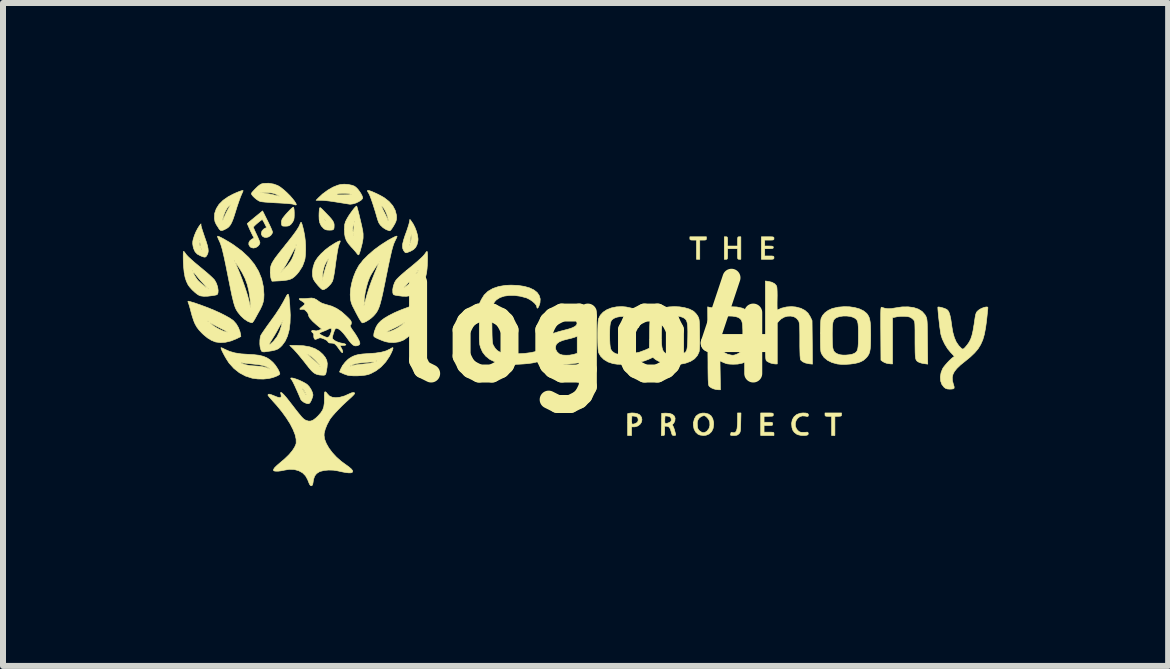
<source format=kicad_pcb>
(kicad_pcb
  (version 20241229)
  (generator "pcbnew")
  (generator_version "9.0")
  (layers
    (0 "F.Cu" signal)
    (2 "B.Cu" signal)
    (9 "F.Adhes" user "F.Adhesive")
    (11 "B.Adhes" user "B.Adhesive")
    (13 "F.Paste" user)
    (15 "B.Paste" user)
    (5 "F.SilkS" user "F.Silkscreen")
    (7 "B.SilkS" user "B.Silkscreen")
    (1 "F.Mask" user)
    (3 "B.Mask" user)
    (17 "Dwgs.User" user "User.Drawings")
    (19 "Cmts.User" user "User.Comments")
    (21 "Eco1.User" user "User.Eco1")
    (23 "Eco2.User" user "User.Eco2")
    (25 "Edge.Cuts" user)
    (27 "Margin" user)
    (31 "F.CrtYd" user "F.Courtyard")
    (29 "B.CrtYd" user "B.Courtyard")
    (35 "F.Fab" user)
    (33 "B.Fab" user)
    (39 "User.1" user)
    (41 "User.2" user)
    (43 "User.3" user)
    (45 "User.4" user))
  (footprint "logo4"
    (layer "F.Cu")
    (at 6.751 2.488)
    (property "Reference" "logo4" (at 0 0 0) (layer "F.SilkS") (effects (font (size 1.524 1.524) (thickness 0.3))))
    (attr through_hole)
    (fp_poly (pts (xy 1.977 -1.563) (xy 1.975 -1.546) (xy 1.966 -1.538) (xy 1.944 -1.535) (xy 1.922 -1.535) (xy 1.866 -1.535) (xy 1.866 -1.215) (xy 1.811 -1.215) (xy 1.811 -1.535) (xy 1.756 -1.535) (xy 1.723 -1.536) (xy 1.707 -1.541) (xy 1.701 -1.552) (xy 1.701 -1.563) (xy 1.701 -1.59) (xy 1.977 -1.59) (xy 1.977 -1.563)) (stroke (width 0.01) (type solid)) (fill yes) (layer "F.SilkS"))
    (fp_poly (pts (xy 4.23 1.375) (xy 4.228 1.391) (xy 4.219 1.399) (xy 4.197 1.402) (xy 4.174 1.403) (xy 4.119 1.403) (xy 4.119 1.723) (xy 4.064 1.723) (xy 4.064 1.403) (xy 4.009 1.403) (xy 3.976 1.402) (xy 3.96 1.397) (xy 3.954 1.386) (xy 3.954 1.375) (xy 3.954 1.347) (xy 4.23 1.347) (xy 4.23 1.375)) (stroke (width 0.01) (type solid)) (fill yes) (layer "F.SilkS"))
    (fp_poly (pts (xy 2.549 1.507) (xy 2.547 1.569) (xy 2.546 1.614) (xy 2.543 1.645) (xy 2.538 1.665) (xy 2.531 1.68) (xy 2.521 1.692) (xy 2.519 1.694) (xy 2.498 1.712) (xy 2.475 1.72) (xy 2.439 1.723) (xy 2.432 1.723) (xy 2.397 1.722) (xy 2.381 1.718) (xy 2.377 1.71) (xy 2.379 1.705) (xy 2.385 1.684) (xy 2.385 1.677) (xy 2.394 1.671) (xy 2.407 1.673) (xy 2.438 1.678) (xy 2.461 1.668) (xy 2.478 1.644) (xy 2.489 1.602) (xy 2.494 1.541) (xy 2.496 1.473) (xy 2.496 1.347) (xy 2.553 1.347) (xy 2.549 1.507)) (stroke (width 0.01) (type solid)) (fill yes) (layer "F.SilkS"))
    (fp_poly (pts (xy -4.908 -2.085) (xy -4.902 -2.068) (xy -4.897 -2.035) (xy -4.895 -1.993) (xy -4.895 -1.948) (xy -4.897 -1.908) (xy -4.902 -1.877) (xy -4.903 -1.873) (xy -4.92 -1.838) (xy -4.945 -1.805) (xy -4.949 -1.8) (xy -4.973 -1.78) (xy -4.997 -1.77) (xy -5.031 -1.767) (xy -5.042 -1.767) (xy -5.076 -1.768) (xy -5.095 -1.772) (xy -5.103 -1.783) (xy -5.108 -1.804) (xy -5.108 -1.848) (xy -5.099 -1.879) (xy -5.086 -1.901) (xy -5.063 -1.931) (xy -5.034 -1.966) (xy -5.001 -2.002) (xy -4.969 -2.036) (xy -4.941 -2.063) (xy -4.919 -2.081) (xy -4.908 -2.085) (xy -4.908 -2.085)) (stroke (width 0.01) (type solid)) (fill yes) (layer "F.SilkS"))
    (fp_poly (pts (xy 2.317 -1.589) (xy 2.325 -1.583) (xy 2.329 -1.566) (xy 2.33 -1.534) (xy 2.33 -1.513) (xy 2.33 -1.436) (xy 2.496 -1.436) (xy 2.496 -1.513) (xy 2.496 -1.553) (xy 2.499 -1.576) (xy 2.505 -1.587) (xy 2.516 -1.59) (xy 2.523 -1.59) (xy 2.551 -1.59) (xy 2.551 -1.215) (xy 2.523 -1.215) (xy 2.51 -1.216) (xy 2.502 -1.222) (xy 2.497 -1.237) (xy 2.496 -1.266) (xy 2.496 -1.303) (xy 2.496 -1.391) (xy 2.33 -1.391) (xy 2.33 -1.303) (xy 2.33 -1.259) (xy 2.328 -1.233) (xy 2.323 -1.22) (xy 2.314 -1.215) (xy 2.303 -1.215) (xy 2.275 -1.215) (xy 2.275 -1.59) (xy 2.303 -1.59) (xy 2.317 -1.589)) (stroke (width 0.01) (type solid)) (fill yes) (layer "F.SilkS"))
    (fp_poly (pts (xy 0.783 1.35) (xy 0.828 1.36) (xy 0.862 1.376) (xy 0.866 1.38) (xy 0.894 1.418) (xy 0.902 1.459) (xy 0.894 1.5) (xy 0.87 1.536) (xy 0.834 1.564) (xy 0.788 1.578) (xy 0.768 1.579) (xy 0.729 1.579) (xy 0.729 1.723) (xy 0.663 1.723) (xy 0.663 1.507) (xy 0.73 1.507) (xy 0.736 1.529) (xy 0.75 1.535) (xy 0.776 1.529) (xy 0.791 1.523) (xy 0.823 1.506) (xy 0.837 1.482) (xy 0.839 1.456) (xy 0.832 1.426) (xy 0.81 1.408) (xy 0.772 1.4) (xy 0.734 1.397) (xy 0.731 1.466) (xy 0.73 1.507) (xy 0.663 1.507) (xy 0.663 1.359) (xy 0.691 1.352) (xy 0.735 1.347) (xy 0.783 1.35)) (stroke (width 0.01) (type solid)) (fill yes) (layer "F.SilkS"))
    (fp_poly (pts (xy 3.036 1.347) (xy 3.067 1.349) (xy 3.083 1.352) (xy 3.091 1.359) (xy 3.092 1.37) (xy 3.092 1.375) (xy 3.091 1.389) (xy 3.084 1.398) (xy 3.068 1.401) (xy 3.035 1.402) (xy 3.015 1.403) (xy 2.938 1.403) (xy 2.938 1.502) (xy 3.009 1.502) (xy 3.048 1.502) (xy 3.069 1.505) (xy 3.079 1.512) (xy 3.081 1.525) (xy 3.081 1.53) (xy 3.08 1.544) (xy 3.073 1.553) (xy 3.055 1.556) (xy 3.021 1.557) (xy 3.009 1.557) (xy 2.938 1.557) (xy 2.938 1.668) (xy 3.02 1.668) (xy 3.063 1.668) (xy 3.087 1.67) (xy 3.099 1.675) (xy 3.103 1.685) (xy 3.103 1.695) (xy 3.103 1.723) (xy 2.882 1.723) (xy 2.882 1.347) (xy 2.987 1.347) (xy 3.036 1.347)) (stroke (width 0.01) (type solid)) (fill yes) (layer "F.SilkS"))
    (fp_poly (pts (xy 3.047 -1.59) (xy 3.078 -1.589) (xy 3.094 -1.585) (xy 3.102 -1.578) (xy 3.103 -1.567) (xy 3.103 -1.563) (xy 3.102 -1.548) (xy 3.095 -1.54) (xy 3.079 -1.536) (xy 3.047 -1.535) (xy 3.026 -1.535) (xy 2.949 -1.535) (xy 2.949 -1.436) (xy 3.02 -1.436) (xy 3.059 -1.435) (xy 3.081 -1.432) (xy 3.09 -1.425) (xy 3.092 -1.414) (xy 3.09 -1.402) (xy 3.08 -1.395) (xy 3.057 -1.392) (xy 3.02 -1.391) (xy 2.949 -1.391) (xy 2.949 -1.27) (xy 3.026 -1.27) (xy 3.066 -1.27) (xy 3.089 -1.267) (xy 3.1 -1.261) (xy 3.103 -1.25) (xy 3.103 -1.242) (xy 3.102 -1.23) (xy 3.098 -1.222) (xy 3.084 -1.217) (xy 3.058 -1.215) (xy 3.016 -1.215) (xy 2.998 -1.215) (xy 2.893 -1.215) (xy 2.893 -1.59) (xy 2.998 -1.59) (xy 3.047 -1.59)) (stroke (width 0.01) (type solid)) (fill yes) (layer "F.SilkS"))
    (fp_poly (pts (xy 3.634 1.349) (xy 3.663 1.356) (xy 3.676 1.369) (xy 3.677 1.38) (xy 3.675 1.399) (xy 3.662 1.406) (xy 3.636 1.402) (xy 3.625 1.399) (xy 3.575 1.396) (xy 3.532 1.41) (xy 3.496 1.438) (xy 3.471 1.477) (xy 3.459 1.521) (xy 3.46 1.568) (xy 3.479 1.613) (xy 3.499 1.638) (xy 3.525 1.66) (xy 3.551 1.669) (xy 3.586 1.671) (xy 3.621 1.67) (xy 3.648 1.668) (xy 3.655 1.666) (xy 3.669 1.671) (xy 3.675 1.687) (xy 3.672 1.705) (xy 3.665 1.713) (xy 3.638 1.721) (xy 3.599 1.723) (xy 3.555 1.721) (xy 3.514 1.713) (xy 3.484 1.702) (xy 3.484 1.702) (xy 3.442 1.67) (xy 3.417 1.634) (xy 3.403 1.59) (xy 3.397 1.521) (xy 3.409 1.46) (xy 3.439 1.41) (xy 3.483 1.373) (xy 3.541 1.352) (xy 3.587 1.347) (xy 3.634 1.349)) (stroke (width 0.01) (type solid)) (fill yes) (layer "F.SilkS"))
    (fp_poly (pts (xy -4.457 -2.074) (xy -4.442 -2.061) (xy -4.417 -2.037) (xy -4.381 -2) (xy -4.359 -1.977) (xy -4.31 -1.926) (xy -4.275 -1.886) (xy -4.252 -1.854) (xy -4.238 -1.827) (xy -4.231 -1.802) (xy -4.23 -1.773) (xy -4.23 -1.773) (xy -4.232 -1.735) (xy -4.241 -1.713) (xy -4.262 -1.703) (xy -4.299 -1.701) (xy -4.307 -1.701) (xy -4.348 -1.703) (xy -4.377 -1.71) (xy -4.402 -1.726) (xy -4.407 -1.731) (xy -4.445 -1.772) (xy -4.469 -1.822) (xy -4.476 -1.861) (xy -4.384 -1.861) (xy -4.379 -1.855) (xy -4.373 -1.861) (xy -4.379 -1.866) (xy -4.384 -1.861) (xy -4.476 -1.861) (xy -4.48 -1.883) (xy -4.395 -1.883) (xy -4.39 -1.877) (xy -4.384 -1.883) (xy -4.39 -1.888) (xy -4.395 -1.883) (xy -4.48 -1.883) (xy -4.48 -1.885) (xy -4.482 -1.938) (xy -4.481 -1.985) (xy -4.478 -2.027) (xy -4.475 -2.056) (xy -4.474 -2.058) (xy -4.471 -2.07) (xy -4.466 -2.076) (xy -4.457 -2.074)) (stroke (width 0.01) (type solid)) (fill yes) (layer "F.SilkS"))
    (fp_poly (pts (xy 2.009 1.364) (xy 2.053 1.394) (xy 2.082 1.441) (xy 2.097 1.504) (xy 2.098 1.538) (xy 2.089 1.603) (xy 2.064 1.657) (xy 2.024 1.696) (xy 1.972 1.718) (xy 1.928 1.723) (xy 1.868 1.715) (xy 1.835 1.7) (xy 1.797 1.665) (xy 1.771 1.615) (xy 1.759 1.556) (xy 1.759 1.516) (xy 1.761 1.51) (xy 1.824 1.51) (xy 1.825 1.55) (xy 1.829 1.59) (xy 1.838 1.616) (xy 1.854 1.637) (xy 1.865 1.647) (xy 1.903 1.672) (xy 1.939 1.676) (xy 1.977 1.658) (xy 1.988 1.648) (xy 2.02 1.606) (xy 2.035 1.553) (xy 2.032 1.494) (xy 2.031 1.494) (xy 2.018 1.461) (xy 1.995 1.43) (xy 1.968 1.404) (xy 1.943 1.392) (xy 1.939 1.391) (xy 1.897 1.402) (xy 1.86 1.429) (xy 1.844 1.449) (xy 1.83 1.477) (xy 1.824 1.51) (xy 1.761 1.51) (xy 1.775 1.45) (xy 1.804 1.399) (xy 1.848 1.366) (xy 1.904 1.35) (xy 1.951 1.35) (xy 2.009 1.364)) (stroke (width 0.01) (type solid)) (fill yes) (layer "F.SilkS"))
    (fp_poly (pts (xy -4.905 0.769) (xy -4.867 0.781) (xy -4.823 0.797) (xy -4.778 0.817) (xy -4.736 0.838) (xy -4.699 0.859) (xy -4.678 0.874) (xy -4.646 0.908) (xy -4.617 0.952) (xy -4.595 0.999) (xy -4.584 1.04) (xy -4.583 1.049) (xy -4.588 1.074) (xy -4.6 1.11) (xy -4.61 1.135) (xy -4.627 1.168) (xy -4.642 1.186) (xy -4.658 1.192) (xy -4.668 1.193) (xy -4.697 1.186) (xy -4.731 1.171) (xy -4.739 1.166) (xy -4.765 1.146) (xy -4.782 1.128) (xy -4.785 1.124) (xy -4.809 1.067) (xy -4.835 1.007) (xy -4.861 0.949) (xy -4.868 0.934) (xy -4.765 0.934) (xy -4.757 0.951) (xy -4.751 0.961) (xy -4.731 0.992) (xy -4.715 1.02) (xy -4.713 1.024) (xy -4.702 1.041) (xy -4.696 1.044) (xy -4.698 1.033) (xy -4.709 1.009) (xy -4.72 0.989) (xy -4.739 0.959) (xy -4.756 0.938) (xy -4.762 0.932) (xy -4.765 0.934) (xy -4.868 0.934) (xy -4.885 0.896) (xy -4.906 0.852) (xy -4.922 0.821) (xy -4.93 0.806) (xy -4.947 0.784) (xy -4.953 0.774) (xy -4.952 0.765) (xy -4.935 0.763) (xy -4.905 0.769)) (stroke (width 0.01) (type solid)) (fill yes) (layer "F.SilkS"))
    (fp_poly (pts (xy -3.993 -2.462) (xy -3.928 -2.448) (xy -3.892 -2.434) (xy -3.866 -2.415) (xy -3.836 -2.385) (xy -3.807 -2.347) (xy -3.782 -2.308) (xy -3.763 -2.271) (xy -3.754 -2.242) (xy -3.756 -2.228) (xy -3.779 -2.202) (xy -3.818 -2.177) (xy -3.865 -2.154) (xy -3.914 -2.139) (xy -3.959 -2.133) (xy -3.965 -2.133) (xy -3.981 -2.135) (xy -4.014 -2.14) (xy -4.062 -2.148) (xy -4.12 -2.157) (xy -4.169 -2.165) (xy -4.239 -2.176) (xy -4.308 -2.186) (xy -4.371 -2.193) (xy -4.422 -2.197) (xy -4.444 -2.198) (xy -4.531 -2.199) (xy -4.488 -2.243) (xy -4.432 -2.295) (xy -4.202 -2.295) (xy -4.198 -2.292) (xy -4.179 -2.29) (xy -4.143 -2.29) (xy -4.089 -2.29) (xy -4.071 -2.29) (xy -4.012 -2.291) (xy -3.969 -2.292) (xy -3.945 -2.295) (xy -3.942 -2.299) (xy -3.943 -2.299) (xy -3.985 -2.309) (xy -4.038 -2.314) (xy -4.096 -2.315) (xy -4.147 -2.311) (xy -4.174 -2.305) (xy -4.193 -2.299) (xy -4.202 -2.295) (xy -4.432 -2.295) (xy -4.415 -2.31) (xy -4.334 -2.369) (xy -4.251 -2.417) (xy -4.17 -2.45) (xy -4.124 -2.462) (xy -4.062 -2.467) (xy -3.993 -2.462)) (stroke (width 0.01) (type solid)) (fill yes) (layer "F.SilkS"))
    (fp_poly (pts (xy -2.946 -1.854) (xy -2.912 -1.804) (xy -2.881 -1.742) (xy -2.856 -1.676) (xy -2.839 -1.612) (xy -2.831 -1.554) (xy -2.833 -1.522) (xy -2.848 -1.459) (xy -2.872 -1.412) (xy -2.907 -1.377) (xy -2.959 -1.348) (xy -2.976 -1.342) (xy -3.01 -1.328) (xy -3.03 -1.324) (xy -3.043 -1.327) (xy -3.052 -1.335) (xy -3.074 -1.365) (xy -3.087 -1.398) (xy -3.091 -1.435) (xy -3.088 -1.458) (xy -2.982 -1.458) (xy -2.978 -1.449) (xy -2.974 -1.45) (xy -2.973 -1.463) (xy -2.974 -1.465) (xy -2.981 -1.464) (xy -2.982 -1.458) (xy -3.088 -1.458) (xy -3.086 -1.481) (xy -3.083 -1.49) (xy -2.967 -1.49) (xy -2.963 -1.489) (xy -2.959 -1.495) (xy -2.951 -1.516) (xy -2.945 -1.552) (xy -2.942 -1.583) (xy -2.94 -1.619) (xy -2.94 -1.635) (xy -2.942 -1.631) (xy -2.947 -1.609) (xy -2.949 -1.601) (xy -2.96 -1.545) (xy -2.966 -1.509) (xy -2.967 -1.49) (xy -3.083 -1.49) (xy -3.071 -1.539) (xy -3.047 -1.613) (xy -3.037 -1.64) (xy -3.016 -1.698) (xy -2.998 -1.753) (xy -2.984 -1.798) (xy -2.976 -1.83) (xy -2.974 -1.836) (xy -2.967 -1.881) (xy -2.946 -1.854)) (stroke (width 0.01) (type solid)) (fill yes) (layer "F.SilkS"))
    (fp_poly (pts (xy 1.36 1.354) (xy 1.408 1.37) (xy 1.44 1.397) (xy 1.455 1.433) (xy 1.451 1.477) (xy 1.443 1.497) (xy 1.428 1.522) (xy 1.415 1.534) (xy 1.412 1.535) (xy 1.408 1.542) (xy 1.417 1.561) (xy 1.43 1.588) (xy 1.443 1.624) (xy 1.446 1.635) (xy 1.455 1.67) (xy 1.463 1.697) (xy 1.465 1.703) (xy 1.464 1.717) (xy 1.448 1.722) (xy 1.437 1.723) (xy 1.418 1.721) (xy 1.406 1.712) (xy 1.398 1.691) (xy 1.391 1.665) (xy 1.376 1.615) (xy 1.356 1.584) (xy 1.329 1.57) (xy 1.312 1.568) (xy 1.281 1.568) (xy 1.281 1.645) (xy 1.281 1.686) (xy 1.278 1.709) (xy 1.272 1.72) (xy 1.261 1.723) (xy 1.253 1.723) (xy 1.225 1.723) (xy 1.229 1.5) (xy 1.283 1.5) (xy 1.289 1.52) (xy 1.307 1.524) (xy 1.339 1.514) (xy 1.353 1.508) (xy 1.38 1.494) (xy 1.39 1.475) (xy 1.391 1.46) (xy 1.384 1.426) (xy 1.359 1.406) (xy 1.323 1.399) (xy 1.287 1.397) (xy 1.283 1.46) (xy 1.283 1.5) (xy 1.229 1.5) (xy 1.231 1.353) (xy 1.298 1.35) (xy 1.36 1.354)) (stroke (width 0.01) (type solid)) (fill yes) (layer "F.SilkS"))
    (fp_poly (pts (xy -6.45 -1.781) (xy -6.446 -1.762) (xy -6.436 -1.727) (xy -6.421 -1.68) (xy -6.402 -1.624) (xy -6.389 -1.585) (xy -6.361 -1.505) (xy -6.342 -1.441) (xy -6.332 -1.392) (xy -6.329 -1.352) (xy -6.334 -1.32) (xy -6.346 -1.291) (xy -6.35 -1.284) (xy -6.364 -1.262) (xy -6.379 -1.252) (xy -6.399 -1.252) (xy -6.429 -1.261) (xy -6.46 -1.274) (xy -6.512 -1.302) (xy -6.548 -1.34) (xy -6.569 -1.386) (xy -6.449 -1.386) (xy -6.444 -1.38) (xy -6.438 -1.386) (xy -6.444 -1.391) (xy -6.449 -1.386) (xy -6.569 -1.386) (xy -6.572 -1.392) (xy -6.582 -1.431) (xy -6.588 -1.473) (xy -6.587 -1.512) (xy -6.583 -1.532) (xy -6.481 -1.532) (xy -6.48 -1.508) (xy -6.475 -1.477) (xy -6.469 -1.445) (xy -6.462 -1.419) (xy -6.455 -1.406) (xy -6.454 -1.406) (xy -6.454 -1.418) (xy -6.457 -1.445) (xy -6.464 -1.483) (xy -6.465 -1.486) (xy -6.472 -1.519) (xy -6.478 -1.536) (xy -6.481 -1.535) (xy -6.481 -1.532) (xy -6.583 -1.532) (xy -6.577 -1.557) (xy -6.559 -1.613) (xy -6.534 -1.673) (xy -6.505 -1.729) (xy -6.477 -1.773) (xy -6.473 -1.778) (xy -6.45 -1.806) (xy -6.45 -1.781)) (stroke (width 0.01) (type solid)) (fill yes) (layer "F.SilkS"))
    (fp_poly (pts (xy -5.748 -2.361) (xy -5.75 -2.35) (xy -5.761 -2.325) (xy -5.776 -2.291) (xy -5.79 -2.258) (xy -5.808 -2.209) (xy -5.829 -2.149) (xy -5.851 -2.084) (xy -5.865 -2.038) (xy -5.892 -1.952) (xy -5.915 -1.884) (xy -5.936 -1.833) (xy -5.956 -1.794) (xy -5.977 -1.766) (xy -5.999 -1.744) (xy -6.022 -1.729) (xy -6.068 -1.705) (xy -6.101 -1.694) (xy -6.125 -1.697) (xy -6.142 -1.713) (xy -6.147 -1.719) (xy -6.165 -1.749) (xy -6.188 -1.784) (xy -6.194 -1.793) (xy -6.216 -1.84) (xy -6.219 -1.856) (xy -6.095 -1.856) (xy -6.092 -1.855) (xy -6.082 -1.874) (xy -6.065 -1.914) (xy -6.064 -1.916) (xy -6.041 -1.968) (xy -6.013 -2.025) (xy -5.991 -2.065) (xy -5.971 -2.101) (xy -5.962 -2.12) (xy -5.963 -2.124) (xy -5.973 -2.116) (xy -5.98 -2.109) (xy -6.013 -2.068) (xy -6.045 -2.011) (xy -6.072 -1.942) (xy -6.078 -1.922) (xy -6.09 -1.879) (xy -6.095 -1.856) (xy -6.219 -1.856) (xy -6.226 -1.899) (xy -6.226 -1.901) (xy -6.222 -1.981) (xy -6.195 -2.058) (xy -6.149 -2.131) (xy -6.082 -2.198) (xy -5.995 -2.259) (xy -5.915 -2.301) (xy -5.862 -2.325) (xy -5.815 -2.344) (xy -5.778 -2.357) (xy -5.754 -2.362) (xy -5.748 -2.361)) (stroke (width 0.01) (type solid)) (fill yes) (layer "F.SilkS"))
    (fp_poly (pts (xy -4.857 0.221) (xy -4.737 0.227) (xy -4.635 0.245) (xy -4.548 0.276) (xy -4.474 0.32) (xy -4.418 0.371) (xy -4.377 0.423) (xy -4.353 0.471) (xy -4.344 0.523) (xy -4.348 0.585) (xy -4.351 0.602) (xy -4.36 0.653) (xy -4.367 0.687) (xy -4.375 0.706) (xy -4.387 0.715) (xy -4.406 0.718) (xy -4.432 0.717) (xy -4.474 0.714) (xy -4.514 0.705) (xy -4.528 0.7) (xy -4.55 0.69) (xy -4.57 0.676) (xy -4.592 0.658) (xy -4.617 0.632) (xy -4.648 0.596) (xy -4.669 0.569) (xy -4.473 0.569) (xy -4.467 0.574) (xy -4.462 0.569) (xy -4.467 0.563) (xy -4.473 0.569) (xy -4.669 0.569) (xy -4.687 0.547) (xy -4.73 0.491) (xy -4.774 0.437) (xy -4.818 0.383) (xy -4.836 0.362) (xy -4.688 0.362) (xy -4.638 0.404) (xy -4.602 0.436) (xy -4.561 0.473) (xy -4.533 0.499) (xy -4.499 0.531) (xy -4.479 0.548) (xy -4.474 0.55) (xy -4.482 0.536) (xy -4.484 0.533) (xy -4.519 0.492) (xy -4.56 0.45) (xy -4.601 0.414) (xy -4.636 0.389) (xy -4.644 0.384) (xy -4.688 0.362) (xy -4.836 0.362) (xy -4.86 0.335) (xy -4.894 0.297) (xy -4.906 0.284) (xy -4.97 0.221) (xy -4.857 0.221)) (stroke (width 0.01) (type solid)) (fill yes) (layer "F.SilkS"))
    (fp_poly (pts (xy -5.238 -2.469) (xy -5.169 -2.444) (xy -5.125 -2.417) (xy -5.074 -2.377) (xy -5.019 -2.328) (xy -4.965 -2.274) (xy -4.918 -2.219) (xy -4.893 -2.187) (xy -4.869 -2.15) (xy -4.86 -2.128) (xy -4.867 -2.12) (xy -4.891 -2.124) (xy -4.914 -2.133) (xy -4.933 -2.137) (xy -4.971 -2.141) (xy -5.023 -2.146) (xy -5.086 -2.15) (xy -5.156 -2.154) (xy -5.179 -2.155) (xy -5.253 -2.159) (xy -5.321 -2.164) (xy -5.38 -2.168) (xy -5.427 -2.173) (xy -5.456 -2.177) (xy -5.461 -2.178) (xy -5.49 -2.191) (xy -5.524 -2.214) (xy -5.558 -2.242) (xy -5.587 -2.271) (xy -5.606 -2.297) (xy -5.61 -2.31) (xy -5.603 -2.325) (xy -5.599 -2.329) (xy -5.472 -2.329) (xy -5.389 -2.318) (xy -5.334 -2.309) (xy -5.273 -2.297) (xy -5.229 -2.287) (xy -5.18 -2.274) (xy -5.152 -2.268) (xy -5.143 -2.268) (xy -5.153 -2.276) (xy -5.182 -2.29) (xy -5.19 -2.295) (xy -5.224 -2.309) (xy -5.256 -2.318) (xy -5.295 -2.323) (xy -5.346 -2.326) (xy -5.362 -2.326) (xy -5.472 -2.329) (xy -5.599 -2.329) (xy -5.582 -2.35) (xy -5.553 -2.381) (xy -5.535 -2.399) (xy -5.497 -2.435) (xy -5.468 -2.457) (xy -5.443 -2.471) (xy -5.417 -2.478) (xy -5.407 -2.48) (xy -5.323 -2.483) (xy -5.238 -2.469)) (stroke (width 0.01) (type solid)) (fill yes) (layer "F.SilkS"))
    (fp_poly (pts (xy -5.34 -1.856) (xy -5.312 -1.799) (xy -5.288 -1.748) (xy -5.27 -1.706) (xy -5.259 -1.677) (xy -5.257 -1.667) (xy -5.264 -1.645) (xy -5.283 -1.618) (xy -5.289 -1.611) (xy -5.324 -1.588) (xy -5.362 -1.578) (xy -5.397 -1.583) (xy -5.426 -1.6) (xy -5.442 -1.628) (xy -5.444 -1.644) (xy -5.434 -1.686) (xy -5.404 -1.719) (xy -5.389 -1.728) (xy -5.356 -1.745) (xy -5.389 -1.811) (xy -5.407 -1.845) (xy -5.421 -1.868) (xy -5.428 -1.877) (xy -5.441 -1.871) (xy -5.465 -1.853) (xy -5.495 -1.829) (xy -5.526 -1.803) (xy -5.553 -1.778) (xy -5.571 -1.759) (xy -5.577 -1.751) (xy -5.572 -1.737) (xy -5.56 -1.707) (xy -5.542 -1.667) (xy -5.522 -1.625) (xy -5.5 -1.577) (xy -5.482 -1.535) (xy -5.47 -1.504) (xy -5.467 -1.489) (xy -5.474 -1.467) (xy -5.492 -1.442) (xy -5.499 -1.435) (xy -5.536 -1.41) (xy -5.577 -1.402) (xy -5.615 -1.412) (xy -5.632 -1.425) (xy -5.652 -1.457) (xy -5.652 -1.492) (xy -5.633 -1.526) (xy -5.599 -1.552) (xy -5.566 -1.569) (xy -5.598 -1.632) (xy -5.62 -1.678) (xy -5.643 -1.727) (xy -5.654 -1.753) (xy -5.679 -1.81) (xy -5.647 -1.837) (xy -5.626 -1.855) (xy -5.592 -1.883) (xy -5.552 -1.916) (xy -5.519 -1.943) (xy -5.423 -2.022) (xy -5.34 -1.856)) (stroke (width 0.01) (type solid)) (fill yes) (layer "F.SilkS"))
    (fp_poly (pts (xy -4.129 -1.521) (xy -4.129 -1.508) (xy -4.139 -1.484) (xy -4.14 -1.482) (xy -4.149 -1.461) (xy -4.158 -1.43) (xy -4.167 -1.389) (xy -4.177 -1.334) (xy -4.188 -1.264) (xy -4.201 -1.176) (xy -4.215 -1.069) (xy -4.218 -1.047) (xy -4.227 -0.986) (xy -4.237 -0.931) (xy -4.247 -0.885) (xy -4.255 -0.854) (xy -4.258 -0.848) (xy -4.285 -0.805) (xy -4.321 -0.766) (xy -4.359 -0.733) (xy -4.396 -0.712) (xy -4.42 -0.707) (xy -4.434 -0.715) (xy -4.458 -0.735) (xy -4.487 -0.765) (xy -4.499 -0.778) (xy -4.53 -0.816) (xy -4.557 -0.853) (xy -4.559 -0.856) (xy -4.429 -0.856) (xy -4.408 -0.95) (xy -4.393 -1.008) (xy -4.374 -1.074) (xy -4.354 -1.132) (xy -4.353 -1.135) (xy -4.339 -1.175) (xy -4.328 -1.206) (xy -4.323 -1.224) (xy -4.323 -1.226) (xy -4.33 -1.218) (xy -4.345 -1.196) (xy -4.353 -1.184) (xy -4.392 -1.106) (xy -4.416 -1.011) (xy -4.423 -0.944) (xy -4.429 -0.856) (xy -4.559 -0.856) (xy -4.575 -0.883) (xy -4.578 -0.888) (xy -4.591 -0.943) (xy -4.592 -1.009) (xy -4.581 -1.081) (xy -4.559 -1.151) (xy -4.545 -1.182) (xy -4.506 -1.241) (xy -4.451 -1.304) (xy -4.383 -1.368) (xy -4.305 -1.428) (xy -4.223 -1.48) (xy -4.215 -1.485) (xy -4.17 -1.509) (xy -4.142 -1.521) (xy -4.129 -1.521)) (stroke (width 0.01) (type solid)) (fill yes) (layer "F.SilkS"))
    (fp_poly (pts (xy -3.639 -2.358) (xy -3.602 -2.345) (xy -3.556 -2.325) (xy -3.506 -2.302) (xy -3.457 -2.277) (xy -3.413 -2.252) (xy -3.394 -2.241) (xy -3.314 -2.178) (xy -3.253 -2.108) (xy -3.212 -2.031) (xy -3.191 -1.95) (xy -3.189 -1.914) (xy -3.191 -1.882) (xy -3.198 -1.852) (xy -3.213 -1.817) (xy -3.237 -1.774) (xy -3.261 -1.736) (xy -3.282 -1.707) (xy -3.298 -1.692) (xy -3.302 -1.69) (xy -3.322 -1.695) (xy -3.352 -1.706) (xy -3.363 -1.71) (xy -3.414 -1.742) (xy -3.459 -1.785) (xy -3.484 -1.822) (xy -3.494 -1.846) (xy -3.507 -1.884) (xy -3.52 -1.928) (xy -3.522 -1.936) (xy -3.545 -2.014) (xy -3.569 -2.09) (xy -3.572 -2.101) (xy -3.44 -2.101) (xy -3.433 -2.082) (xy -3.417 -2.048) (xy -3.396 -2.005) (xy -3.372 -1.957) (xy -3.353 -1.915) (xy -3.34 -1.884) (xy -3.335 -1.868) (xy -3.332 -1.857) (xy -3.329 -1.858) (xy -3.328 -1.871) (xy -3.332 -1.898) (xy -3.335 -1.912) (xy -3.354 -1.968) (xy -3.378 -2.023) (xy -3.405 -2.069) (xy -3.429 -2.098) (xy -3.439 -2.105) (xy -3.44 -2.101) (xy -3.572 -2.101) (xy -3.592 -2.161) (xy -3.614 -2.224) (xy -3.633 -2.274) (xy -3.649 -2.308) (xy -3.655 -2.319) (xy -3.672 -2.345) (xy -3.676 -2.359) (xy -3.667 -2.363) (xy -3.662 -2.363) (xy -3.639 -2.358)) (stroke (width 0.01) (type solid)) (fill yes) (layer "F.SilkS"))
    (fp_poly (pts (xy -6.654 -0.515) (xy -6.626 -0.508) (xy -6.586 -0.496) (xy -6.552 -0.486) (xy -6.436 -0.445) (xy -6.324 -0.403) (xy -6.218 -0.359) (xy -6.121 -0.315) (xy -6.037 -0.272) (xy -5.967 -0.232) (xy -5.915 -0.196) (xy -5.906 -0.188) (xy -5.863 -0.139) (xy -5.826 -0.077) (xy -5.8 -0.009) (xy -5.792 0.028) (xy -5.785 0.073) (xy -5.855 0.108) (xy -5.948 0.146) (xy -6.04 0.168) (xy -6.127 0.174) (xy -6.204 0.164) (xy -6.214 0.161) (xy -6.278 0.135) (xy -6.341 0.096) (xy -6.408 0.041) (xy -6.437 0.013) (xy -6.481 -0.034) (xy -6.517 -0.081) (xy -6.547 -0.133) (xy -6.557 -0.156) (xy -6.298 -0.156) (xy -6.294 -0.15) (xy -6.278 -0.135) (xy -6.251 -0.113) (xy -6.225 -0.094) (xy -6.182 -0.068) (xy -6.133 -0.043) (xy -6.085 -0.021) (xy -6.043 -0.006) (xy -6.014 -0.000424) (xy -6.013 -0.00042) (xy -6.013 -0.005) (xy -6.031 -0.016) (xy -6.062 -0.034) (xy -6.102 -0.053) (xy -6.153 -0.079) (xy -6.202 -0.104) (xy -6.243 -0.127) (xy -6.262 -0.138) (xy -6.288 -0.153) (xy -6.298 -0.156) (xy -6.557 -0.156) (xy -6.568 -0.182) (xy -6.339 -0.182) (xy -6.333 -0.177) (xy -6.328 -0.182) (xy -6.333 -0.188) (xy -6.339 -0.182) (xy -6.568 -0.182) (xy -6.573 -0.195) (xy -6.598 -0.271) (xy -6.616 -0.337) (xy -6.63 -0.39) (xy -6.643 -0.436) (xy -6.654 -0.471) (xy -6.661 -0.489) (xy -6.661 -0.49) (xy -6.668 -0.508) (xy -6.666 -0.516) (xy -6.654 -0.515)) (stroke (width 0.01) (type solid)) (fill yes) (layer "F.SilkS"))
    (fp_poly (pts (xy -3.25 0.258) (xy -3.249 0.273) (xy -3.259 0.304) (xy -3.278 0.347) (xy -3.305 0.399) (xy -3.308 0.404) (xy -3.37 0.496) (xy -3.445 0.577) (xy -3.53 0.643) (xy -3.622 0.692) (xy -3.664 0.707) (xy -3.712 0.717) (xy -3.774 0.724) (xy -3.842 0.728) (xy -3.909 0.728) (xy -3.968 0.724) (xy -4.003 0.719) (xy -4.033 0.709) (xy -4.072 0.695) (xy -4.088 0.687) (xy -4.14 0.664) (xy -4.123 0.621) (xy -4.094 0.566) (xy -3.962 0.566) (xy -3.958 0.568) (xy -3.934 0.562) (xy -3.918 0.557) (xy -3.887 0.549) (xy -3.842 0.541) (xy -3.787 0.535) (xy -3.744 0.531) (xy -3.68 0.525) (xy -3.627 0.517) (xy -3.588 0.508) (xy -3.578 0.504) (xy -3.539 0.486) (xy -3.578 0.492) (xy -3.605 0.495) (xy -3.648 0.5) (xy -3.699 0.504) (xy -3.74 0.508) (xy -3.824 0.517) (xy -3.886 0.53) (xy -3.914 0.54) (xy -3.948 0.556) (xy -3.962 0.566) (xy -4.094 0.566) (xy -4.092 0.561) (xy -4.047 0.502) (xy -4.025 0.48) (xy -3.534 0.48) (xy -3.528 0.486) (xy -3.523 0.48) (xy -3.528 0.475) (xy -3.534 0.48) (xy -4.025 0.48) (xy -3.995 0.451) (xy -3.971 0.434) (xy -3.926 0.407) (xy -3.878 0.387) (xy -3.823 0.373) (xy -3.755 0.364) (xy -3.671 0.358) (xy -3.657 0.357) (xy -3.541 0.349) (xy -3.443 0.334) (xy -3.363 0.312) (xy -3.302 0.283) (xy -3.298 0.281) (xy -3.272 0.265) (xy -3.254 0.258) (xy -3.25 0.258)) (stroke (width 0.01) (type solid)) (fill yes) (layer "F.SilkS"))
    (fp_poly (pts (xy -2.696 -0.51) (xy -2.698 -0.5) (xy -2.703 -0.482) (xy -2.712 -0.448) (xy -2.725 -0.402) (xy -2.739 -0.348) (xy -2.743 -0.332) (xy -2.761 -0.271) (xy -2.781 -0.212) (xy -2.8 -0.16) (xy -2.817 -0.122) (xy -2.818 -0.119) (xy -2.85 -0.071) (xy -2.896 -0.017) (xy -2.95 0.037) (xy -3.007 0.086) (xy -3.06 0.124) (xy -3.086 0.138) (xy -3.154 0.162) (xy -3.233 0.173) (xy -3.313 0.17) (xy -3.368 0.16) (xy -3.412 0.146) (xy -3.46 0.127) (xy -3.504 0.108) (xy -3.541 0.09) (xy -3.564 0.075) (xy -3.566 0.072) (xy -3.57 0.053) (xy -3.566 0.019) (xy -3.561 -0.001) (xy -3.352 -0.001) (xy -3.337 -0.002) (xy -3.301 -0.012) (xy -3.283 -0.018) (xy -3.228 -0.041) (xy -3.166 -0.075) (xy -3.107 -0.115) (xy -3.07 -0.144) (xy -3.054 -0.158) (xy -3.051 -0.163) (xy -3.063 -0.157) (xy -3.092 -0.141) (xy -3.109 -0.131) (xy -3.157 -0.103) (xy -3.215 -0.073) (xy -3.271 -0.047) (xy -3.28 -0.042) (xy -3.324 -0.022) (xy -3.348 -0.007) (xy -3.352 -0.001) (xy -3.561 -0.001) (xy -3.554 -0.024) (xy -3.537 -0.07) (xy -3.524 -0.098) (xy -3.494 -0.144) (xy -3.451 -0.188) (xy -3.393 -0.232) (xy -3.319 -0.276) (xy -3.227 -0.323) (xy -3.174 -0.346) (xy -3.139 -0.361) (xy -3.092 -0.38) (xy -3.035 -0.401) (xy -2.973 -0.424) (xy -2.91 -0.448) (xy -2.848 -0.47) (xy -2.793 -0.489) (xy -2.747 -0.505) (xy -2.714 -0.515) (xy -2.698 -0.519) (xy -2.698 -0.519) (xy -2.696 -0.51)) (stroke (width 0.01) (type solid)) (fill yes) (layer "F.SilkS"))
    (fp_poly (pts (xy 5.433 -0.41) (xy 5.511 -0.384) (xy 5.574 -0.344) (xy 5.62 -0.292) (xy 5.633 -0.269) (xy 5.641 -0.254) (xy 5.646 -0.239) (xy 5.651 -0.222) (xy 5.654 -0.201) (xy 5.657 -0.172) (xy 5.659 -0.134) (xy 5.66 -0.083) (xy 5.661 -0.017) (xy 5.662 0.066) (xy 5.663 0.159) (xy 5.667 0.533) (xy 5.609 0.525) (xy 5.569 0.518) (xy 5.533 0.507) (xy 5.521 0.502) (xy 5.502 0.492) (xy 5.488 0.481) (xy 5.477 0.468) (xy 5.468 0.448) (xy 5.463 0.421) (xy 5.459 0.382) (xy 5.457 0.331) (xy 5.456 0.263) (xy 5.455 0.178) (xy 5.455 0.132) (xy 5.455 0.041) (xy 5.455 -0.029) (xy 5.454 -0.083) (xy 5.453 -0.123) (xy 5.451 -0.152) (xy 5.448 -0.172) (xy 5.443 -0.186) (xy 5.437 -0.196) (xy 5.432 -0.204) (xy 5.404 -0.23) (xy 5.371 -0.25) (xy 5.332 -0.26) (xy 5.279 -0.264) (xy 5.219 -0.264) (xy 5.16 -0.258) (xy 5.136 -0.253) (xy 5.08 -0.241) (xy 5.08 0.53) (xy 5.05 0.529) (xy 5.017 0.525) (xy 4.982 0.519) (xy 4.946 0.506) (xy 4.916 0.489) (xy 4.887 0.467) (xy 4.884 0.022) (xy 4.883 -0.088) (xy 4.883 -0.179) (xy 4.883 -0.251) (xy 4.883 -0.308) (xy 4.884 -0.35) (xy 4.885 -0.38) (xy 4.888 -0.399) (xy 4.89 -0.41) (xy 4.894 -0.415) (xy 4.898 -0.415) (xy 4.9 -0.415) (xy 4.953 -0.398) (xy 5.004 -0.391) (xy 5.06 -0.393) (xy 5.126 -0.404) (xy 5.239 -0.421) (xy 5.342 -0.422) (xy 5.433 -0.41)) (stroke (width 0.01) (type solid)) (fill yes) (layer "F.SilkS"))
    (fp_poly (pts (xy -4.989 -0.618) (xy -4.982 -0.584) (xy -4.977 -0.531) (xy -4.97 -0.457) (xy -4.969 -0.437) (xy -4.961 -0.285) (xy -4.965 -0.152) (xy -4.98 -0.035) (xy -5.008 0.066) (xy -5.047 0.151) (xy -5.099 0.222) (xy -5.099 0.222) (xy -5.134 0.256) (xy -5.169 0.281) (xy -5.212 0.298) (xy -5.268 0.311) (xy -5.301 0.316) (xy -5.356 0.324) (xy -5.394 0.329) (xy -5.418 0.328) (xy -5.433 0.323) (xy -5.443 0.311) (xy -5.452 0.292) (xy -5.452 0.29) (xy -5.464 0.247) (xy -5.469 0.2) (xy -5.312 0.2) (xy -5.31 0.208) (xy -5.293 0.199) (xy -5.263 0.172) (xy -5.239 0.149) (xy -5.183 0.077) (xy -5.138 -0.013) (xy -5.112 -0.093) (xy -5.103 -0.131) (xy -5.096 -0.16) (xy -5.094 -0.173) (xy -5.095 -0.173) (xy -5.1 -0.165) (xy -5.115 -0.141) (xy -5.135 -0.105) (xy -5.158 -0.064) (xy -5.189 -0.007) (xy -5.224 0.053) (xy -5.258 0.108) (xy -5.274 0.134) (xy -5.3 0.176) (xy -5.312 0.2) (xy -5.469 0.2) (xy -5.469 0.192) (xy -5.468 0.134) (xy -5.461 0.082) (xy -5.453 0.055) (xy -5.441 0.035) (xy -5.419 0.001) (xy -5.387 -0.045) (xy -5.349 -0.1) (xy -5.306 -0.159) (xy -5.285 -0.188) (xy -5.281 -0.193) (xy -5.091 -0.193) (xy -5.086 -0.188) (xy -5.08 -0.193) (xy -5.086 -0.199) (xy -5.091 -0.193) (xy -5.281 -0.193) (xy -5.205 -0.3) (xy -5.138 -0.402) (xy -5.085 -0.492) (xy -5.067 -0.525) (xy -5.041 -0.575) (xy -5.022 -0.61) (xy -5.007 -0.63) (xy -4.996 -0.633) (xy -4.989 -0.618)) (stroke (width 0.01) (type solid)) (fill yes) (layer "F.SilkS"))
    (fp_poly (pts (xy 3.011 -0.846) (xy 3.069 -0.832) (xy 3.115 -0.807) (xy 3.144 -0.774) (xy 3.145 -0.772) (xy 3.151 -0.754) (xy 3.154 -0.723) (xy 3.156 -0.677) (xy 3.157 -0.612) (xy 3.156 -0.555) (xy 3.155 -0.493) (xy 3.155 -0.44) (xy 3.156 -0.399) (xy 3.157 -0.374) (xy 3.158 -0.368) (xy 3.229 -0.4) (xy 3.311 -0.42) (xy 3.396 -0.426) (xy 3.465 -0.42) (xy 3.551 -0.398) (xy 3.619 -0.363) (xy 3.672 -0.315) (xy 3.709 -0.255) (xy 3.738 -0.193) (xy 3.742 0.17) (xy 3.745 0.533) (xy 3.689 0.527) (xy 3.628 0.514) (xy 3.581 0.493) (xy 3.551 0.466) (xy 3.546 0.457) (xy 3.542 0.435) (xy 3.538 0.391) (xy 3.536 0.324) (xy 3.534 0.236) (xy 3.534 0.14) (xy 3.534 0.051) (xy 3.533 -0.019) (xy 3.532 -0.073) (xy 3.53 -0.113) (xy 3.527 -0.142) (xy 3.523 -0.163) (xy 3.518 -0.179) (xy 3.515 -0.187) (xy 3.482 -0.229) (xy 3.438 -0.256) (xy 3.385 -0.268) (xy 3.328 -0.266) (xy 3.272 -0.25) (xy 3.22 -0.219) (xy 3.187 -0.187) (xy 3.158 -0.153) (xy 3.158 0.53) (xy 3.123 0.53) (xy 3.087 0.525) (xy 3.049 0.516) (xy 3.045 0.514) (xy 3.011 0.499) (xy 2.984 0.482) (xy 2.981 0.48) (xy 2.977 0.475) (xy 2.973 0.469) (xy 2.97 0.458) (xy 2.967 0.443) (xy 2.965 0.421) (xy 2.963 0.39) (xy 2.962 0.349) (xy 2.961 0.296) (xy 2.96 0.229) (xy 2.96 0.146) (xy 2.96 0.047) (xy 2.96 -0.071) (xy 2.96 -0.196) (xy 2.96 -0.853) (xy 3.011 -0.846)) (stroke (width 0.01) (type solid)) (fill yes) (layer "F.SilkS"))
    (fp_poly (pts (xy -6.104 0.261) (xy -6.079 0.272) (xy -6.05 0.287) (xy -5.972 0.321) (xy -5.884 0.346) (xy -5.78 0.362) (xy -5.674 0.369) (xy -5.57 0.375) (xy -5.484 0.385) (xy -5.414 0.402) (xy -5.354 0.426) (xy -5.303 0.458) (xy -5.255 0.5) (xy -5.246 0.509) (xy -5.215 0.545) (xy -5.185 0.588) (xy -5.159 0.631) (xy -5.142 0.669) (xy -5.135 0.696) (xy -5.145 0.709) (xy -5.172 0.725) (xy -5.211 0.742) (xy -5.258 0.758) (xy -5.308 0.77) (xy -5.322 0.773) (xy -5.408 0.782) (xy -5.503 0.78) (xy -5.593 0.768) (xy -5.598 0.767) (xy -5.707 0.732) (xy -5.81 0.677) (xy -5.902 0.604) (xy -5.98 0.517) (xy -5.985 0.51) (xy -5.787 0.51) (xy -5.777 0.517) (xy -5.752 0.528) (xy -5.714 0.541) (xy -5.633 0.558) (xy -5.556 0.563) (xy -5.492 0.567) (xy -5.429 0.575) (xy -5.374 0.587) (xy -5.333 0.603) (xy -5.328 0.605) (xy -5.306 0.616) (xy -5.302 0.615) (xy -5.316 0.602) (xy -5.323 0.596) (xy -5.363 0.573) (xy -5.42 0.555) (xy -5.495 0.541) (xy -5.588 0.531) (xy -5.643 0.526) (xy -5.692 0.521) (xy -5.731 0.516) (xy -5.751 0.513) (xy -5.778 0.508) (xy -5.787 0.51) (xy -5.985 0.51) (xy -5.99 0.502) (xy -5.809 0.502) (xy -5.803 0.508) (xy -5.798 0.502) (xy -5.803 0.497) (xy -5.809 0.502) (xy -5.99 0.502) (xy -6.003 0.483) (xy -6.029 0.442) (xy -6.055 0.397) (xy -6.079 0.352) (xy -6.099 0.312) (xy -6.112 0.28) (xy -6.117 0.262) (xy -6.116 0.259) (xy -6.104 0.261)) (stroke (width 0.01) (type solid)) (fill yes) (layer "F.SilkS"))
    (fp_poly (pts (xy -3.854 -2.102) (xy -3.849 -2.089) (xy -3.84 -2.058) (xy -3.828 -2.013) (xy -3.814 -1.959) (xy -3.8 -1.898) (xy -3.785 -1.836) (xy -3.771 -1.776) (xy -3.76 -1.722) (xy -3.754 -1.696) (xy -3.747 -1.64) (xy -3.747 -1.58) (xy -3.748 -1.561) (xy -3.754 -1.523) (xy -3.763 -1.476) (xy -3.776 -1.425) (xy -3.789 -1.376) (xy -3.802 -1.333) (xy -3.813 -1.302) (xy -3.82 -1.289) (xy -3.831 -1.291) (xy -3.847 -1.307) (xy -3.849 -1.311) (xy -3.866 -1.333) (xy -3.893 -1.365) (xy -3.926 -1.402) (xy -3.943 -1.419) (xy -3.992 -1.476) (xy -4.026 -1.528) (xy -4.046 -1.582) (xy -4.054 -1.63) (xy -3.909 -1.63) (xy -3.906 -1.616) (xy -3.903 -1.615) (xy -3.9 -1.63) (xy -3.902 -1.637) (xy -3.907 -1.641) (xy -3.909 -1.63) (xy -4.054 -1.63) (xy -4.056 -1.644) (xy -4.058 -1.706) (xy -4.058 -1.717) (xy -3.919 -1.717) (xy -3.918 -1.687) (xy -3.915 -1.676) (xy -3.909 -1.684) (xy -3.904 -1.708) (xy -3.9 -1.743) (xy -3.9 -1.761) (xy -3.901 -1.792) (xy -3.904 -1.802) (xy -3.909 -1.795) (xy -3.915 -1.771) (xy -3.918 -1.735) (xy -3.919 -1.717) (xy -4.058 -1.717) (xy -4.057 -1.758) (xy -4.054 -1.796) (xy -4.045 -1.827) (xy -4.041 -1.839) (xy -3.898 -1.839) (xy -3.893 -1.833) (xy -3.887 -1.839) (xy -3.893 -1.844) (xy -3.898 -1.839) (xy -4.041 -1.839) (xy -4.031 -1.861) (xy -4.027 -1.87) (xy -4.007 -1.906) (xy -3.982 -1.947) (xy -3.953 -1.989) (xy -3.923 -2.03) (xy -3.896 -2.065) (xy -3.873 -2.09) (xy -3.858 -2.102) (xy -3.854 -2.102)) (stroke (width 0.01) (type solid)) (fill yes) (layer "F.SilkS"))
    (fp_poly (pts (xy -2.677 -1.337) (xy -2.674 -1.309) (xy -2.673 -1.268) (xy -2.673 -1.217) (xy -2.675 -1.162) (xy -2.677 -1.106) (xy -2.681 -1.054) (xy -2.686 -1.011) (xy -2.688 -0.994) (xy -2.707 -0.909) (xy -2.731 -0.84) (xy -2.763 -0.781) (xy -2.805 -0.726) (xy -2.818 -0.712) (xy -2.868 -0.663) (xy -2.916 -0.629) (xy -2.966 -0.607) (xy -3.023 -0.598) (xy -3.091 -0.599) (xy -3.175 -0.61) (xy -3.177 -0.61) (xy -3.214 -0.617) (xy -3.235 -0.624) (xy -3.246 -0.636) (xy -3.251 -0.655) (xy -3.252 -0.659) (xy -3.253 -0.712) (xy -3.248 -0.74) (xy -3.069 -0.74) (xy -3.063 -0.741) (xy -3.046 -0.753) (xy -3.037 -0.759) (xy -3.002 -0.786) (xy -2.962 -0.821) (xy -2.936 -0.847) (xy -2.909 -0.879) (xy -2.883 -0.915) (xy -2.86 -0.95) (xy -2.845 -0.979) (xy -2.84 -0.997) (xy -2.841 -1) (xy -2.849 -0.994) (xy -2.866 -0.975) (xy -2.889 -0.947) (xy -2.916 -0.913) (xy -2.953 -0.87) (xy -2.992 -0.825) (xy -3.009 -0.807) (xy -3.043 -0.771) (xy -3.063 -0.749) (xy -3.069 -0.74) (xy -3.248 -0.74) (xy -3.242 -0.772) (xy -3.22 -0.831) (xy -3.199 -0.866) (xy -3.179 -0.889) (xy -3.145 -0.923) (xy -3.101 -0.963) (xy -3.05 -1.007) (xy -3.032 -1.022) (xy -2.838 -1.022) (xy -2.833 -1.016) (xy -2.827 -1.022) (xy -2.833 -1.027) (xy -2.838 -1.022) (xy -3.032 -1.022) (xy -3.01 -1.04) (xy -2.921 -1.113) (xy -2.849 -1.174) (xy -2.792 -1.225) (xy -2.75 -1.265) (xy -2.722 -1.297) (xy -2.709 -1.316) (xy -2.694 -1.337) (xy -2.682 -1.347) (xy -2.681 -1.347) (xy -2.677 -1.337)) (stroke (width 0.01) (type solid)) (fill yes) (layer "F.SilkS"))
    (fp_poly (pts (xy -4.774 -1.823) (xy -4.764 -1.795) (xy -4.752 -1.752) (xy -4.739 -1.7) (xy -4.727 -1.64) (xy -4.721 -1.608) (xy -4.712 -1.534) (xy -4.706 -1.453) (xy -4.705 -1.371) (xy -4.708 -1.294) (xy -4.715 -1.229) (xy -4.721 -1.199) (xy -4.758 -1.099) (xy -4.816 -1.008) (xy -4.851 -0.965) (xy -4.889 -0.927) (xy -4.926 -0.899) (xy -4.967 -0.88) (xy -5.016 -0.868) (xy -5.08 -0.86) (xy -5.131 -0.856) (xy -5.265 -0.849) (xy -5.28 -0.886) (xy -5.288 -0.918) (xy -5.293 -0.964) (xy -5.294 -0.988) (xy -5.126 -0.988) (xy -5.051 -1.066) (xy -5.012 -1.109) (xy -4.975 -1.157) (xy -4.945 -1.201) (xy -4.938 -1.213) (xy -4.917 -1.258) (xy -4.898 -1.309) (xy -4.882 -1.359) (xy -4.873 -1.401) (xy -4.871 -1.419) (xy -4.876 -1.414) (xy -4.889 -1.391) (xy -4.908 -1.356) (xy -4.933 -1.309) (xy -4.952 -1.273) (xy -4.984 -1.213) (xy -5.016 -1.155) (xy -5.046 -1.103) (xy -5.071 -1.064) (xy -5.079 -1.052) (xy -5.126 -0.988) (xy -5.294 -0.988) (xy -5.295 -1.01) (xy -5.294 -1.048) (xy -5.29 -1.082) (xy -5.281 -1.115) (xy -5.267 -1.149) (xy -5.245 -1.187) (xy -5.215 -1.233) (xy -5.174 -1.287) (xy -5.122 -1.354) (xy -5.078 -1.408) (xy -5.044 -1.452) (xy -4.87 -1.452) (xy -4.865 -1.447) (xy -4.859 -1.452) (xy -4.865 -1.458) (xy -4.87 -1.452) (xy -5.044 -1.452) (xy -5.006 -1.499) (xy -4.947 -1.574) (xy -4.9 -1.636) (xy -4.864 -1.686) (xy -4.837 -1.727) (xy -4.817 -1.76) (xy -4.805 -1.787) (xy -4.803 -1.792) (xy -4.792 -1.818) (xy -4.783 -1.832) (xy -4.781 -1.833) (xy -4.774 -1.823)) (stroke (width 0.01) (type solid)) (fill yes) (layer "F.SilkS"))
    (fp_poly (pts (xy -6.728 -1.339) (xy -6.713 -1.318) (xy -6.711 -1.316) (xy -6.693 -1.29) (xy -6.661 -1.256) (xy -6.616 -1.214) (xy -6.556 -1.161) (xy -6.479 -1.097) (xy -6.41 -1.04) (xy -6.357 -0.996) (xy -6.308 -0.953) (xy -6.266 -0.914) (xy -6.235 -0.883) (xy -6.221 -0.866) (xy -6.193 -0.815) (xy -6.173 -0.756) (xy -6.164 -0.698) (xy -6.166 -0.66) (xy -6.171 -0.641) (xy -6.178 -0.629) (xy -6.194 -0.621) (xy -6.222 -0.615) (xy -6.259 -0.609) (xy -6.341 -0.599) (xy -6.405 -0.598) (xy -6.454 -0.604) (xy -6.48 -0.613) (xy -6.513 -0.633) (xy -6.554 -0.666) (xy -6.596 -0.705) (xy -6.612 -0.723) (xy -6.328 -0.723) (xy -6.322 -0.718) (xy -6.317 -0.723) (xy -6.322 -0.729) (xy -6.328 -0.723) (xy -6.612 -0.723) (xy -6.634 -0.747) (xy -6.662 -0.784) (xy -6.665 -0.789) (xy -6.694 -0.849) (xy -6.716 -0.918) (xy -6.731 -1.001) (xy -6.579 -1.001) (xy -6.578 -0.988) (xy -6.566 -0.963) (xy -6.548 -0.931) (xy -6.526 -0.897) (xy -6.504 -0.867) (xy -6.502 -0.865) (xy -6.481 -0.844) (xy -6.452 -0.817) (xy -6.419 -0.788) (xy -6.387 -0.761) (xy -6.36 -0.741) (xy -6.343 -0.73) (xy -6.34 -0.729) (xy -6.346 -0.736) (xy -6.363 -0.756) (xy -6.39 -0.785) (xy -6.408 -0.805) (xy -6.447 -0.848) (xy -6.487 -0.894) (xy -6.52 -0.934) (xy -6.527 -0.944) (xy -6.551 -0.973) (xy -6.569 -0.994) (xy -6.578 -1.001) (xy -6.579 -1.001) (xy -6.731 -1.001) (xy -6.731 -1.001) (xy -6.733 -1.022) (xy -6.593 -1.022) (xy -6.587 -1.016) (xy -6.582 -1.022) (xy -6.587 -1.027) (xy -6.593 -1.022) (xy -6.733 -1.022) (xy -6.741 -1.1) (xy -6.745 -1.173) (xy -6.746 -1.238) (xy -6.746 -1.29) (xy -6.745 -1.327) (xy -6.742 -1.345) (xy -6.74 -1.347) (xy -6.728 -1.339)) (stroke (width 0.01) (type solid)) (fill yes) (layer "F.SilkS"))
    (fp_poly (pts (xy -6.152 -1.595) (xy -6.12 -1.58) (xy -6.076 -1.557) (xy -6.026 -1.528) (xy -5.973 -1.497) (xy -5.921 -1.464) (xy -5.903 -1.452) (xy -5.768 -1.352) (xy -5.654 -1.246) (xy -5.562 -1.134) (xy -5.49 -1.015) (xy -5.439 -0.889) (xy -5.41 -0.757) (xy -5.4 -0.625) (xy -5.403 -0.56) (xy -5.413 -0.502) (xy -5.432 -0.445) (xy -5.462 -0.381) (xy -5.484 -0.342) (xy -5.509 -0.297) (xy -5.534 -0.251) (xy -5.554 -0.215) (xy -5.557 -0.21) (xy -5.575 -0.181) (xy -5.592 -0.161) (xy -5.599 -0.157) (xy -5.618 -0.16) (xy -5.648 -0.171) (xy -5.673 -0.182) (xy -5.729 -0.219) (xy -5.784 -0.27) (xy -5.834 -0.331) (xy -5.856 -0.365) (xy -5.869 -0.389) (xy -5.881 -0.417) (xy -5.893 -0.452) (xy -5.906 -0.495) (xy -5.919 -0.549) (xy -5.935 -0.615) (xy -5.952 -0.697) (xy -5.972 -0.796) (xy -5.996 -0.915) (xy -5.997 -0.92) (xy -6.022 -1.045) (xy -6.043 -1.151) (xy -6.044 -1.155) (xy -5.874 -1.155) (xy -5.868 -1.136) (xy -5.853 -1.101) (xy -5.84 -1.07) (xy -5.804 -0.983) (xy -5.769 -0.892) (xy -5.735 -0.799) (xy -5.704 -0.709) (xy -5.677 -0.624) (xy -5.656 -0.548) (xy -5.64 -0.485) (xy -5.632 -0.438) (xy -5.631 -0.427) (xy -5.629 -0.412) (xy -5.626 -0.417) (xy -5.624 -0.424) (xy -5.623 -0.443) (xy -5.625 -0.478) (xy -5.629 -0.524) (xy -5.632 -0.555) (xy -5.651 -0.682) (xy -5.678 -0.794) (xy -5.715 -0.895) (xy -5.763 -0.991) (xy -5.8 -1.052) (xy -5.835 -1.105) (xy -5.858 -1.14) (xy -5.871 -1.156) (xy -5.874 -1.155) (xy -6.044 -1.155) (xy -6.051 -1.187) (xy -5.897 -1.187) (xy -5.892 -1.182) (xy -5.886 -1.187) (xy -5.892 -1.193) (xy -5.897 -1.187) (xy -6.051 -1.187) (xy -6.062 -1.239) (xy -6.079 -1.312) (xy -6.093 -1.372) (xy -6.107 -1.421) (xy -6.12 -1.462) (xy -6.133 -1.496) (xy -6.147 -1.526) (xy -6.15 -1.533) (xy -6.168 -1.572) (xy -6.174 -1.595) (xy -6.171 -1.601) (xy -6.152 -1.595)) (stroke (width 0.01) (type solid)) (fill yes) (layer "F.SilkS"))
    (fp_poly (pts (xy -3.182 -1.6) (xy -3.181 -1.595) (xy -3.185 -1.583) (xy -3.197 -1.557) (xy -3.214 -1.523) (xy -3.225 -1.499) (xy -3.237 -1.471) (xy -3.248 -1.437) (xy -3.26 -1.396) (xy -3.273 -1.346) (xy -3.287 -1.284) (xy -3.304 -1.209) (xy -3.323 -1.119) (xy -3.345 -1.011) (xy -3.371 -0.884) (xy -3.379 -0.843) (xy -3.403 -0.726) (xy -3.423 -0.63) (xy -3.442 -0.55) (xy -3.459 -0.485) (xy -3.475 -0.431) (xy -3.492 -0.388) (xy -3.51 -0.352) (xy -3.53 -0.321) (xy -3.553 -0.292) (xy -3.579 -0.264) (xy -3.614 -0.233) (xy -3.656 -0.203) (xy -3.698 -0.177) (xy -3.736 -0.16) (xy -3.759 -0.155) (xy -3.771 -0.164) (xy -3.79 -0.19) (xy -3.814 -0.229) (xy -3.838 -0.273) (xy -3.874 -0.341) (xy -3.9 -0.392) (xy -3.92 -0.43) (xy -3.922 -0.436) (xy -3.734 -0.436) (xy -3.701 -0.558) (xy -3.683 -0.623) (xy -3.661 -0.695) (xy -3.639 -0.763) (xy -3.629 -0.791) (xy -3.608 -0.849) (xy -3.581 -0.918) (xy -3.554 -0.987) (xy -3.534 -1.033) (xy -3.515 -1.081) (xy -3.5 -1.119) (xy -3.49 -1.144) (xy -3.488 -1.153) (xy -3.489 -1.153) (xy -3.507 -1.129) (xy -3.533 -1.091) (xy -3.562 -1.045) (xy -3.592 -0.997) (xy -3.618 -0.953) (xy -3.636 -0.917) (xy -3.64 -0.909) (xy -3.667 -0.837) (xy -3.692 -0.751) (xy -3.712 -0.661) (xy -3.725 -0.575) (xy -3.728 -0.536) (xy -3.734 -0.436) (xy -3.922 -0.436) (xy -3.933 -0.46) (xy -3.942 -0.484) (xy -3.948 -0.505) (xy -3.953 -0.528) (xy -3.955 -0.539) (xy -3.962 -0.622) (xy -3.956 -0.717) (xy -3.937 -0.818) (xy -3.908 -0.919) (xy -3.869 -1.016) (xy -3.822 -1.103) (xy -3.81 -1.121) (xy -3.766 -1.176) (xy -3.479 -1.176) (xy -3.473 -1.171) (xy -3.468 -1.176) (xy -3.473 -1.182) (xy -3.479 -1.176) (xy -3.766 -1.176) (xy -3.745 -1.204) (xy -3.661 -1.288) (xy -3.564 -1.372) (xy -3.455 -1.452) (xy -3.34 -1.526) (xy -3.317 -1.539) (xy -3.26 -1.57) (xy -3.22 -1.59) (xy -3.195 -1.6) (xy -3.182 -1.6)) (stroke (width 0.01) (type solid)) (fill yes) (layer "F.SilkS"))
    (fp_poly (pts (xy 2.484 -0.42) (xy 2.573 -0.401) (xy 2.649 -0.368) (xy 2.71 -0.322) (xy 2.754 -0.264) (xy 2.762 -0.248) (xy 2.769 -0.232) (xy 2.774 -0.213) (xy 2.777 -0.188) (xy 2.78 -0.155) (xy 2.781 -0.109) (xy 2.782 -0.048) (xy 2.782 0.03) (xy 2.782 0.055) (xy 2.782 0.147) (xy 2.781 0.22) (xy 2.778 0.276) (xy 2.772 0.32) (xy 2.764 0.355) (xy 2.751 0.382) (xy 2.734 0.406) (xy 2.712 0.43) (xy 2.693 0.449) (xy 2.637 0.49) (xy 2.575 0.517) (xy 2.5 0.532) (xy 2.424 0.535) (xy 2.37 0.533) (xy 2.329 0.529) (xy 2.295 0.519) (xy 2.264 0.507) (xy 2.203 0.479) (xy 2.211 0.961) (xy 2.174 0.96) (xy 2.138 0.956) (xy 2.099 0.946) (xy 2.094 0.944) (xy 2.06 0.929) (xy 2.031 0.909) (xy 2.027 0.906) (xy 2.023 0.901) (xy 2.019 0.894) (xy 2.015 0.885) (xy 2.012 0.871) (xy 2.01 0.851) (xy 2.008 0.822) (xy 2.006 0.784) (xy 2.005 0.735) (xy 2.004 0.672) (xy 2.003 0.594) (xy 2.003 0.5) (xy 2.002 0.387) (xy 2.001 0.254) (xy 2.001 0.23) (xy 2.001 0.155) (xy 2.21 0.155) (xy 2.211 0.202) (xy 2.212 0.236) (xy 2.215 0.259) (xy 2.219 0.276) (xy 2.224 0.288) (xy 2.231 0.299) (xy 2.271 0.337) (xy 2.325 0.366) (xy 2.388 0.382) (xy 2.419 0.385) (xy 2.445 0.381) (xy 2.48 0.369) (xy 2.496 0.362) (xy 2.524 0.346) (xy 2.546 0.329) (xy 2.561 0.307) (xy 2.572 0.277) (xy 2.579 0.236) (xy 2.582 0.182) (xy 2.584 0.11) (xy 2.584 0.055) (xy 2.584 -0.029) (xy 2.581 -0.094) (xy 2.577 -0.143) (xy 2.568 -0.179) (xy 2.556 -0.206) (xy 2.539 -0.225) (xy 2.516 -0.241) (xy 2.501 -0.248) (xy 2.464 -0.259) (xy 2.412 -0.267) (xy 2.354 -0.269) (xy 2.298 -0.266) (xy 2.251 -0.258) (xy 2.247 -0.257) (xy 2.214 -0.247) (xy 2.211 0.01) (xy 2.21 0.092) (xy 2.21 0.155) (xy 2.001 0.155) (xy 1.998 -0.422) (xy 2.023 -0.415) (xy 2.09 -0.403) (xy 2.174 -0.402) (xy 2.273 -0.413) (xy 2.384 -0.424) (xy 2.484 -0.42)) (stroke (width 0.01) (type solid)) (fill yes) (layer "F.SilkS"))
    (fp_poly (pts (xy 4.363 -0.423) (xy 4.45 -0.41) (xy 4.529 -0.388) (xy 4.595 -0.356) (xy 4.645 -0.316) (xy 4.656 -0.304) (xy 4.675 -0.275) (xy 4.69 -0.245) (xy 4.7 -0.209) (xy 4.708 -0.165) (xy 4.713 -0.109) (xy 4.715 -0.037) (xy 4.716 0.053) (xy 4.716 0.055) (xy 4.715 0.147) (xy 4.713 0.221) (xy 4.708 0.279) (xy 4.7 0.324) (xy 4.688 0.361) (xy 4.671 0.391) (xy 4.65 0.419) (xy 4.633 0.436) (xy 4.594 0.47) (xy 4.55 0.493) (xy 4.51 0.508) (xy 4.45 0.522) (xy 4.376 0.532) (xy 4.299 0.537) (xy 4.225 0.537) (xy 4.163 0.531) (xy 4.158 0.53) (xy 4.07 0.506) (xy 3.996 0.469) (xy 3.938 0.421) (xy 3.898 0.362) (xy 3.897 0.359) (xy 3.89 0.342) (xy 3.885 0.322) (xy 3.882 0.295) (xy 3.879 0.26) (xy 3.878 0.211) (xy 3.877 0.147) (xy 3.877 0.066) (xy 3.877 0.053) (xy 4.075 0.053) (xy 4.076 0.137) (xy 4.078 0.202) (xy 4.082 0.251) (xy 4.09 0.287) (xy 4.101 0.314) (xy 4.116 0.333) (xy 4.136 0.349) (xy 4.136 0.349) (xy 4.168 0.365) (xy 4.204 0.376) (xy 4.206 0.377) (xy 4.25 0.382) (xy 4.304 0.382) (xy 4.359 0.377) (xy 4.406 0.368) (xy 4.431 0.359) (xy 4.457 0.346) (xy 4.476 0.33) (xy 4.49 0.309) (xy 4.5 0.279) (xy 4.506 0.239) (xy 4.51 0.184) (xy 4.511 0.112) (xy 4.511 0.053) (xy 4.511 -0.029) (xy 4.509 -0.092) (xy 4.505 -0.14) (xy 4.498 -0.174) (xy 4.487 -0.2) (xy 4.471 -0.218) (xy 4.45 -0.234) (xy 4.422 -0.248) (xy 4.377 -0.262) (xy 4.319 -0.269) (xy 4.258 -0.269) (xy 4.2 -0.261) (xy 4.157 -0.247) (xy 4.13 -0.233) (xy 4.11 -0.215) (xy 4.096 -0.193) (xy 4.086 -0.161) (xy 4.08 -0.118) (xy 4.076 -0.06) (xy 4.075 0.015) (xy 4.075 0.053) (xy 3.877 0.053) (xy 3.877 -0.017) (xy 3.879 -0.091) (xy 3.881 -0.152) (xy 3.884 -0.198) (xy 3.888 -0.225) (xy 3.888 -0.226) (xy 3.913 -0.277) (xy 3.954 -0.324) (xy 4.009 -0.364) (xy 4.072 -0.393) (xy 4.083 -0.396) (xy 4.175 -0.417) (xy 4.27 -0.425) (xy 4.363 -0.423)) (stroke (width 0.01) (type solid)) (fill yes) (layer "F.SilkS"))
    (fp_poly (pts (xy 6.663 -0.419) (xy 6.67 -0.41) (xy 6.669 -0.397) (xy 6.666 -0.365) (xy 6.661 -0.318) (xy 6.655 -0.26) (xy 6.648 -0.195) (xy 6.648 -0.192) (xy 6.631 -0.069) (xy 6.611 0.037) (xy 6.585 0.127) (xy 6.55 0.206) (xy 6.506 0.278) (xy 6.449 0.345) (xy 6.379 0.412) (xy 6.294 0.482) (xy 6.291 0.484) (xy 6.213 0.547) (xy 6.154 0.604) (xy 6.112 0.655) (xy 6.087 0.705) (xy 6.076 0.755) (xy 6.079 0.809) (xy 6.094 0.867) (xy 6.096 0.872) (xy 6.107 0.91) (xy 6.107 0.933) (xy 6.093 0.945) (xy 6.062 0.949) (xy 6.033 0.95) (xy 5.994 0.947) (xy 5.966 0.938) (xy 5.938 0.917) (xy 5.938 0.917) (xy 5.902 0.871) (xy 5.882 0.814) (xy 5.877 0.747) (xy 5.889 0.676) (xy 5.914 0.611) (xy 5.931 0.584) (xy 5.959 0.549) (xy 5.992 0.511) (xy 6.027 0.474) (xy 6.061 0.442) (xy 6.089 0.419) (xy 6.107 0.409) (xy 6.109 0.409) (xy 6.107 0.402) (xy 6.092 0.383) (xy 6.066 0.355) (xy 6.052 0.341) (xy 5.998 0.276) (xy 5.949 0.196) (xy 5.909 0.111) (xy 5.887 0.041) (xy 5.882 0.014) (xy 5.876 -0.029) (xy 5.868 -0.082) (xy 5.861 -0.142) (xy 5.854 -0.204) (xy 5.847 -0.265) (xy 5.842 -0.321) (xy 5.838 -0.367) (xy 5.836 -0.401) (xy 5.836 -0.417) (xy 5.836 -0.418) (xy 5.851 -0.42) (xy 5.88 -0.415) (xy 5.915 -0.406) (xy 5.951 -0.394) (xy 5.98 -0.381) (xy 5.99 -0.374) (xy 6.009 -0.354) (xy 6.025 -0.322) (xy 6.039 -0.276) (xy 6.052 -0.214) (xy 6.064 -0.134) (xy 6.068 -0.101) (xy 6.086 0.004) (xy 6.111 0.092) (xy 6.143 0.165) (xy 6.185 0.226) (xy 6.222 0.264) (xy 6.239 0.278) (xy 6.253 0.282) (xy 6.27 0.274) (xy 6.291 0.253) (xy 6.322 0.216) (xy 6.329 0.207) (xy 6.36 0.162) (xy 6.385 0.111) (xy 6.405 0.051) (xy 6.422 -0.023) (xy 6.437 -0.115) (xy 6.439 -0.123) (xy 6.449 -0.194) (xy 6.457 -0.247) (xy 6.464 -0.285) (xy 6.472 -0.312) (xy 6.48 -0.331) (xy 6.491 -0.345) (xy 6.506 -0.359) (xy 6.511 -0.364) (xy 6.54 -0.384) (xy 6.575 -0.401) (xy 6.611 -0.414) (xy 6.642 -0.42) (xy 6.663 -0.419)) (stroke (width 0.01) (type solid)) (fill yes) (layer "F.SilkS"))
    (fp_poly (pts (xy -4.363 1.003) (xy -4.346 1.024) (xy -4.344 1.027) (xy -4.31 1.063) (xy -4.262 1.085) (xy -4.202 1.092) (xy -4.133 1.085) (xy -4.055 1.063) (xy -3.984 1.031) (xy -3.94 1.012) (xy -3.908 1.006) (xy -3.89 1.012) (xy -3.887 1.021) (xy -3.895 1.034) (xy -3.916 1.058) (xy -3.947 1.088) (xy -3.967 1.106) (xy -4.032 1.165) (xy -4.097 1.226) (xy -4.158 1.288) (xy -4.213 1.346) (xy -4.259 1.399) (xy -4.293 1.442) (xy -4.305 1.461) (xy -4.349 1.543) (xy -4.379 1.619) (xy -4.396 1.686) (xy -4.398 1.719) (xy -4.389 1.784) (xy -4.361 1.856) (xy -4.318 1.932) (xy -4.261 2.008) (xy -4.193 2.082) (xy -4.115 2.151) (xy -4.047 2.201) (xy -3.987 2.244) (xy -3.946 2.279) (xy -3.924 2.306) (xy -3.92 2.32) (xy -3.927 2.336) (xy -3.949 2.345) (xy -3.986 2.346) (xy -4.04 2.34) (xy -4.113 2.326) (xy -4.169 2.313) (xy -4.244 2.301) (xy -4.323 2.299) (xy -4.398 2.306) (xy -4.462 2.322) (xy -4.475 2.327) (xy -4.523 2.358) (xy -4.555 2.4) (xy -4.574 2.457) (xy -4.577 2.475) (xy -4.582 2.51) (xy -4.588 2.538) (xy -4.59 2.546) (xy -4.604 2.561) (xy -4.623 2.558) (xy -4.637 2.541) (xy -4.647 2.52) (xy -4.661 2.486) (xy -4.671 2.459) (xy -4.707 2.395) (xy -4.757 2.345) (xy -4.821 2.31) (xy -4.895 2.29) (xy -4.978 2.287) (xy -5.067 2.302) (xy -5.069 2.303) (xy -5.115 2.312) (xy -5.162 2.318) (xy -5.202 2.318) (xy -5.23 2.314) (xy -5.24 2.308) (xy -5.24 2.288) (xy -5.221 2.259) (xy -5.182 2.221) (xy -5.133 2.179) (xy -5.052 2.11) (xy -4.983 2.043) (xy -4.928 1.978) (xy -4.889 1.918) (xy -4.866 1.865) (xy -4.863 1.848) (xy -4.864 1.784) (xy -4.881 1.708) (xy -4.915 1.623) (xy -4.963 1.529) (xy -5.026 1.43) (xy -5.101 1.326) (xy -5.188 1.22) (xy -5.245 1.157) (xy -5.279 1.118) (xy -5.308 1.085) (xy -5.327 1.061) (xy -5.334 1.05) (xy -5.328 1.036) (xy -5.31 1.034) (xy -5.277 1.043) (xy -5.234 1.06) (xy -5.18 1.082) (xy -5.142 1.091) (xy -5.12 1.088) (xy -5.112 1.07) (xy -5.116 1.04) (xy -5.119 1.03) (xy -5.123 1.008) (xy -5.114 1.004) (xy -5.095 1.017) (xy -5.065 1.047) (xy -5.024 1.094) (xy -4.979 1.151) (xy -4.917 1.231) (xy -4.867 1.296) (xy -4.827 1.346) (xy -4.795 1.385) (xy -4.771 1.414) (xy -4.751 1.434) (xy -4.735 1.449) (xy -4.72 1.459) (xy -4.706 1.467) (xy -4.697 1.471) (xy -4.657 1.483) (xy -4.619 1.482) (xy -4.58 1.466) (xy -4.536 1.433) (xy -4.499 1.398) (xy -4.454 1.347) (xy -4.422 1.299) (xy -4.403 1.245) (xy -4.394 1.183) (xy -4.392 1.104) (xy -4.392 1.102) (xy -4.393 1.05) (xy -4.391 1.018) (xy -4.387 1) (xy -4.381 0.994) (xy -4.379 0.994) (xy -4.363 1.003)) (stroke (width 0.01) (type solid)) (fill yes) (layer "F.SilkS"))
    (fp_poly (pts (xy -4.562 -0.561) (xy -4.519 -0.538) (xy -4.481 -0.51) (xy -4.432 -0.482) (xy -4.366 -0.461) (xy -4.358 -0.459) (xy -4.269 -0.433) (xy -4.188 -0.395) (xy -4.11 -0.343) (xy -4.038 -0.28) (xy -3.996 -0.24) (xy -3.968 -0.211) (xy -3.952 -0.189) (xy -3.944 -0.171) (xy -3.943 -0.156) (xy -3.946 -0.132) (xy -3.953 -0.122) (xy -3.954 -0.121) (xy -3.964 -0.114) (xy -3.959 -0.092) (xy -3.937 -0.054) (xy -3.915 -0.024) (xy -3.872 0.038) (xy -3.838 0.094) (xy -3.814 0.141) (xy -3.802 0.176) (xy -3.801 0.19) (xy -3.81 0.21) (xy -3.834 0.222) (xy -3.846 0.226) (xy -3.872 0.229) (xy -3.895 0.225) (xy -3.919 0.211) (xy -3.946 0.186) (xy -3.98 0.145) (xy -4.021 0.089) (xy -4.025 0.083) (xy -4.076 0.018) (xy -4.12 -0.028) (xy -4.159 -0.055) (xy -4.194 -0.066) (xy -4.197 -0.066) (xy -4.21 -0.057) (xy -4.224 -0.03) (xy -4.241 0.016) (xy -4.253 0.059) (xy -4.259 0.087) (xy -4.258 0.104) (xy -4.251 0.116) (xy -4.221 0.141) (xy -4.176 0.163) (xy -4.124 0.18) (xy -4.096 0.185) (xy -4.057 0.193) (xy -4.037 0.203) (xy -4.034 0.212) (xy -4.051 0.219) (xy -4.08 0.221) (xy -4.11 0.222) (xy -4.128 0.224) (xy -4.13 0.226) (xy -4.125 0.238) (xy -4.112 0.261) (xy -4.108 0.268) (xy -4.093 0.299) (xy -4.086 0.325) (xy -4.09 0.341) (xy -4.096 0.342) (xy -4.106 0.334) (xy -4.125 0.312) (xy -4.148 0.281) (xy -4.15 0.278) (xy -4.182 0.234) (xy -4.207 0.206) (xy -4.229 0.19) (xy -4.254 0.184) (xy -4.278 0.182) (xy -4.31 0.18) (xy -4.327 0.169) (xy -4.334 0.158) (xy -4.352 0.138) (xy -4.388 0.118) (xy -4.405 0.111) (xy -4.44 0.098) (xy -4.463 0.094) (xy -4.482 0.098) (xy -4.498 0.105) (xy -4.525 0.116) (xy -4.545 0.121) (xy -4.546 0.121) (xy -4.559 0.112) (xy -4.568 0.089) (xy -4.571 0.06) (xy -4.569 0.046) (xy -4.573 0.023) (xy -4.574 0.023) (xy -4.478 0.023) (xy -4.462 0.036) (xy -4.433 0.053) (xy -4.399 0.07) (xy -4.366 0.083) (xy -4.343 0.088) (xy -4.318 0.078) (xy -4.303 0.058) (xy -4.289 0.026) (xy -4.277 -0.011) (xy -4.276 -0.014) (xy -4.271 -0.047) (xy -4.28 -0.063) (xy -4.303 -0.062) (xy -4.326 -0.051) (xy -4.353 -0.037) (xy -4.392 -0.021) (xy -4.42 -0.01) (xy -4.452 0.003) (xy -4.473 0.016) (xy -4.478 0.023) (xy -4.574 0.023) (xy -4.585 0.013) (xy -4.604 -0.006) (xy -4.604 -0.022) (xy -4.591 -0.031) (xy -4.566 -0.029) (xy -4.552 -0.023) (xy -4.525 -0.021) (xy -4.485 -0.032) (xy -4.437 -0.051) (xy -4.526 -0.125) (xy -4.589 -0.182) (xy -4.632 -0.23) (xy -4.655 -0.27) (xy -4.66 -0.295) (xy -4.668 -0.315) (xy -4.687 -0.341) (xy -4.697 -0.351) (xy -4.723 -0.374) (xy -4.744 -0.382) (xy -4.769 -0.38) (xy -4.795 -0.378) (xy -4.803 -0.386) (xy -4.792 -0.402) (xy -4.763 -0.426) (xy -4.76 -0.428) (xy -4.735 -0.449) (xy -4.72 -0.468) (xy -4.719 -0.475) (xy -4.729 -0.489) (xy -4.753 -0.508) (xy -4.768 -0.517) (xy -4.801 -0.538) (xy -4.813 -0.553) (xy -4.805 -0.561) (xy -4.776 -0.561) (xy -4.768 -0.56) (xy -4.729 -0.559) (xy -4.683 -0.562) (xy -4.658 -0.565) (xy -4.606 -0.569) (xy -4.562 -0.561)) (stroke (width 0.01) (type solid)) (fill yes) (layer "F.SilkS"))
    (fp_poly (pts (xy 1.529 -0.422) (xy 1.614 -0.408) (xy 1.69 -0.386) (xy 1.752 -0.355) (xy 1.77 -0.342) (xy 1.802 -0.31) (xy 1.83 -0.272) (xy 1.836 -0.261) (xy 1.844 -0.245) (xy 1.85 -0.228) (xy 1.855 -0.207) (xy 1.858 -0.178) (xy 1.861 -0.139) (xy 1.862 -0.087) (xy 1.864 -0.017) (xy 1.864 0.033) (xy 1.865 0.135) (xy 1.864 0.215) (xy 1.862 0.275) (xy 1.857 0.315) (xy 1.855 0.328) (xy 1.826 0.39) (xy 1.779 0.444) (xy 1.714 0.486) (xy 1.634 0.516) (xy 1.563 0.531) (xy 1.464 0.539) (xy 1.367 0.535) (xy 1.278 0.52) (xy 1.199 0.495) (xy 1.136 0.461) (xy 1.125 0.453) (xy 1.084 0.42) (xy 1.014 0.452) (xy 0.944 0.479) (xy 0.859 0.501) (xy 0.766 0.519) (xy 0.67 0.531) (xy 0.577 0.536) (xy 0.493 0.535) (xy 0.423 0.525) (xy 0.421 0.525) (xy 0.337 0.497) (xy 0.267 0.455) (xy 0.213 0.401) (xy 0.181 0.345) (xy 0.176 0.322) (xy 0.171 0.28) (xy 0.168 0.225) (xy 0.166 0.16) (xy 0.165 0.089) (xy 0.165 0.016) (xy 0.166 -0.054) (xy 0.168 -0.117) (xy 0.171 -0.17) (xy 0.176 -0.209) (xy 0.178 -0.222) (xy 0.208 -0.282) (xy 0.255 -0.333) (xy 0.317 -0.374) (xy 0.392 -0.404) (xy 0.478 -0.422) (xy 0.57 -0.426) (xy 0.638 -0.42) (xy 0.726 -0.401) (xy 0.797 -0.373) (xy 0.848 -0.335) (xy 0.88 -0.288) (xy 0.892 -0.233) (xy 0.884 -0.171) (xy 0.866 -0.121) (xy 0.85 -0.089) (xy 0.84 -0.073) (xy 0.833 -0.073) (xy 0.827 -0.086) (xy 0.826 -0.088) (xy 0.797 -0.153) (xy 0.763 -0.199) (xy 0.721 -0.231) (xy 0.667 -0.253) (xy 0.658 -0.255) (xy 0.605 -0.263) (xy 0.544 -0.261) (xy 0.486 -0.25) (xy 0.445 -0.235) (xy 0.419 -0.219) (xy 0.398 -0.201) (xy 0.384 -0.176) (xy 0.374 -0.143) (xy 0.368 -0.097) (xy 0.365 -0.036) (xy 0.364 0.044) (xy 0.364 0.053) (xy 0.365 0.135) (xy 0.368 0.197) (xy 0.373 0.244) (xy 0.381 0.279) (xy 0.394 0.305) (xy 0.412 0.325) (xy 0.437 0.343) (xy 0.44 0.345) (xy 0.46 0.356) (xy 0.48 0.363) (xy 0.507 0.367) (xy 0.544 0.369) (xy 0.598 0.369) (xy 0.607 0.368) (xy 0.741 0.359) (xy 0.863 0.333) (xy 0.967 0.294) (xy 1.025 0.267) (xy 1.028 0.122) (xy 1.227 0.122) (xy 1.229 0.195) (xy 1.236 0.252) (xy 1.247 0.294) (xy 1.263 0.325) (xy 1.287 0.347) (xy 1.318 0.363) (xy 1.342 0.371) (xy 1.396 0.38) (xy 1.459 0.382) (xy 1.522 0.376) (xy 1.574 0.364) (xy 1.582 0.361) (xy 1.608 0.348) (xy 1.628 0.334) (xy 1.642 0.314) (xy 1.652 0.286) (xy 1.658 0.247) (xy 1.662 0.193) (xy 1.665 0.121) (xy 1.666 0.079) (xy 1.667 -0.009) (xy 1.665 -0.078) (xy 1.661 -0.131) (xy 1.653 -0.17) (xy 1.641 -0.199) (xy 1.624 -0.22) (xy 1.6 -0.237) (xy 1.586 -0.245) (xy 1.539 -0.261) (xy 1.478 -0.269) (xy 1.414 -0.269) (xy 1.355 -0.261) (xy 1.308 -0.246) (xy 1.283 -0.231) (xy 1.264 -0.215) (xy 1.25 -0.193) (xy 1.241 -0.163) (xy 1.235 -0.121) (xy 1.231 -0.065) (xy 1.228 0.01) (xy 1.228 0.029) (xy 1.227 0.122) (xy 1.028 0.122) (xy 1.029 0.026) (xy 1.03 -0.054) (xy 1.032 -0.115) (xy 1.034 -0.161) (xy 1.037 -0.194) (xy 1.041 -0.219) (xy 1.046 -0.237) (xy 1.053 -0.254) (xy 1.056 -0.26) (xy 1.086 -0.305) (xy 1.121 -0.339) (xy 1.17 -0.369) (xy 1.194 -0.38) (xy 1.267 -0.406) (xy 1.351 -0.421) (xy 1.44 -0.426) (xy 1.529 -0.422)) (stroke (width 0.01) (type solid)) (fill yes) (layer "F.SilkS"))
    (fp_poly (pts (xy -1.162 -0.779) (xy -1.059 -0.763) (xy -0.971 -0.738) (xy -0.9 -0.704) (xy -0.846 -0.662) (xy -0.811 -0.611) (xy -0.794 -0.554) (xy -0.798 -0.489) (xy -0.813 -0.442) (xy -0.828 -0.411) (xy -0.84 -0.399) (xy -0.848 -0.405) (xy -0.85 -0.422) (xy -0.86 -0.449) (xy -0.885 -0.48) (xy -0.922 -0.513) (xy -0.966 -0.543) (xy -1.012 -0.567) (xy -1.028 -0.573) (xy -1.126 -0.599) (xy -1.221 -0.612) (xy -1.312 -0.612) (xy -1.394 -0.601) (xy -1.465 -0.577) (xy -1.52 -0.542) (xy -1.527 -0.536) (xy -1.549 -0.513) (xy -1.565 -0.49) (xy -1.578 -0.463) (xy -1.588 -0.43) (xy -1.594 -0.388) (xy -1.598 -0.334) (xy -1.6 -0.266) (xy -1.6 -0.18) (xy -1.599 -0.103) (xy -1.598 -0.015) (xy -1.597 0.053) (xy -1.595 0.105) (xy -1.593 0.143) (xy -1.59 0.171) (xy -1.586 0.192) (xy -1.581 0.209) (xy -1.573 0.224) (xy -1.571 0.228) (xy -1.543 0.272) (xy -1.51 0.306) (xy -1.469 0.331) (xy -1.418 0.349) (xy -1.352 0.359) (xy -1.271 0.363) (xy -1.171 0.361) (xy -1.171 0.361) (xy -1.051 0.354) (xy -0.95 0.341) (xy -0.869 0.323) (xy -0.807 0.299) (xy -0.766 0.269) (xy -0.749 0.241) (xy -0.54 0.241) (xy -0.537 0.284) (xy -0.517 0.324) (xy -0.483 0.358) (xy -0.459 0.371) (xy -0.418 0.382) (xy -0.363 0.385) (xy -0.303 0.383) (xy -0.247 0.373) (xy -0.234 0.37) (xy -0.177 0.353) (xy -0.177 0.067) (xy -0.213 0.082) (xy -0.241 0.091) (xy -0.282 0.103) (xy -0.329 0.114) (xy -0.337 0.116) (xy -0.417 0.137) (xy -0.477 0.162) (xy -0.515 0.191) (xy -0.524 0.201) (xy -0.54 0.241) (xy -0.749 0.241) (xy -0.745 0.235) (xy -0.744 0.232) (xy -0.727 0.17) (xy -0.702 0.119) (xy -0.667 0.078) (xy -0.62 0.044) (xy -0.558 0.014) (xy -0.478 -0.011) (xy -0.409 -0.029) (xy -0.325 -0.051) (xy -0.261 -0.072) (xy -0.217 -0.094) (xy -0.19 -0.117) (xy -0.18 -0.143) (xy -0.185 -0.172) (xy -0.189 -0.183) (xy -0.21 -0.216) (xy -0.236 -0.238) (xy -0.273 -0.252) (xy -0.323 -0.258) (xy -0.374 -0.26) (xy -0.427 -0.259) (xy -0.465 -0.256) (xy -0.495 -0.249) (xy -0.523 -0.238) (xy -0.536 -0.231) (xy -0.584 -0.198) (xy -0.62 -0.159) (xy -0.638 -0.116) (xy -0.641 -0.098) (xy -0.644 -0.073) (xy -0.653 -0.069) (xy -0.668 -0.086) (xy -0.683 -0.109) (xy -0.71 -0.174) (xy -0.716 -0.234) (xy -0.703 -0.287) (xy -0.671 -0.332) (xy -0.621 -0.37) (xy -0.555 -0.398) (xy -0.472 -0.416) (xy -0.375 -0.423) (xy -0.364 -0.423) (xy -0.26 -0.416) (xy -0.171 -0.396) (xy -0.098 -0.362) (xy -0.041 -0.315) (xy -0.002 -0.256) (xy 0.011 -0.22) (xy 0.014 -0.2) (xy 0.016 -0.16) (xy 0.019 -0.105) (xy 0.02 -0.036) (xy 0.021 0.044) (xy 0.022 0.131) (xy 0.022 0.175) (xy 0.022 0.273) (xy 0.022 0.352) (xy 0.021 0.412) (xy 0.02 0.457) (xy 0.019 0.489) (xy 0.016 0.509) (xy 0.013 0.521) (xy 0.009 0.525) (xy 0.004 0.525) (xy 0.003 0.525) (xy -0.041 0.514) (xy -0.101 0.511) (xy -0.173 0.514) (xy -0.251 0.524) (xy -0.254 0.525) (xy -0.361 0.537) (xy -0.453 0.536) (xy -0.534 0.52) (xy -0.607 0.49) (xy -0.64 0.47) (xy -0.696 0.432) (xy -0.759 0.464) (xy -0.805 0.483) (xy -0.862 0.5) (xy -0.921 0.513) (xy -0.922 0.513) (xy -0.991 0.523) (xy -1.071 0.53) (xy -1.157 0.535) (xy -1.243 0.537) (xy -1.324 0.536) (xy -1.394 0.532) (xy -1.445 0.525) (xy -1.546 0.497) (xy -1.633 0.455) (xy -1.703 0.399) (xy -1.756 0.331) (xy -1.79 0.254) (xy -1.796 0.231) (xy -1.802 0.209) (xy -1.805 0.184) (xy -1.808 0.153) (xy -1.81 0.114) (xy -1.81 0.065) (xy -1.81 0.000368) (xy -1.81 -0.081) (xy -1.809 -0.151) (xy -1.806 -0.48) (xy -1.776 -0.543) (xy -1.729 -0.619) (xy -1.665 -0.681) (xy -1.584 -0.728) (xy -1.487 -0.761) (xy -1.375 -0.78) (xy -1.281 -0.784) (xy -1.162 -0.779)) (stroke (width 0.01) (type solid)) (fill yes) (layer "F.SilkS")))
  (gr_rect
    (start -3 -3)
    (end 16.426 8.053)
    (stroke (width 0.1) (type default))
    (fill no)
    (layer "Edge.Cuts")))
</source>
